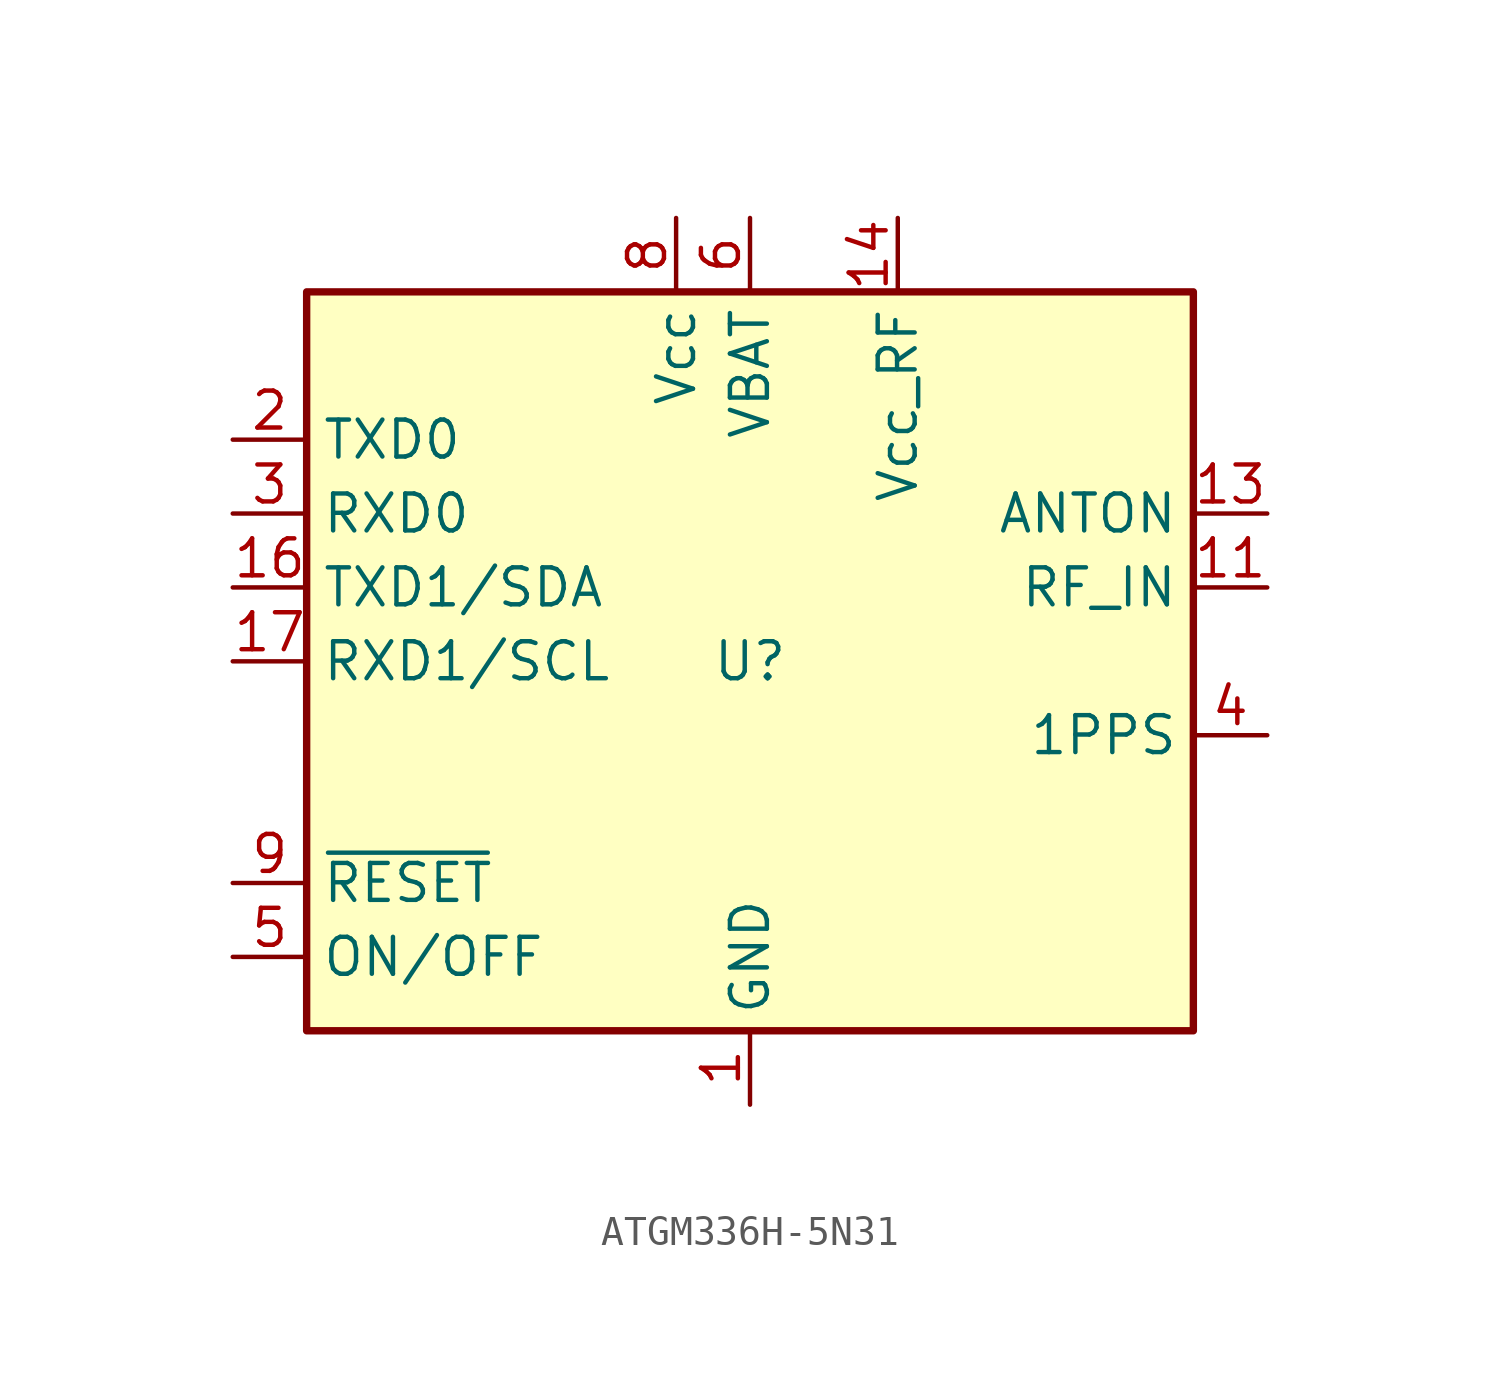
<source format=kicad_sym>
(kicad_symbol_lib
  (version 20220914)
  (generator kicad_symbol_editor)
  (symbol "ATGM336H-5N31"
    (property "Reference" "U"
      (at 0 0 0)
      (effects (font (size 1.27 1.27))))
    (property "Value" ""
      (at 0 0 0)
      (effects (font (size 1.27 1.27))))
    (symbol "ATGM336H-5N31_0_1"
      (rectangle (start -15.24 12.7) (end 15.24 -12.7) (stroke (width 0.254) (type default)) (fill (type background))))
    (symbol "ATGM336H-5N31_1_1"
      (pin power_in line (at 0 -15.24 90) (length 2.54) (name "GND" (effects (font (size 1.27 1.27)))) (number "1" (effects (font (size 1.27 1.27)))))
      (pin passive line (at 0 -15.24 90) (length 2.54) hide (name "GND" (effects (font (size 1.27 1.27)))) (number "10" (effects (font (size 1.27 1.27)))))
      (pin input line (at 17.78 2.54 180) (length 2.54) (name "RF_IN" (effects (font (size 1.27 1.27)))) (number "11" (effects (font (size 1.27 1.27)))))
      (pin passive line (at 0 -15.24 90) (length 2.54) hide (name "GND" (effects (font (size 1.27 1.27)))) (number "12" (effects (font (size 1.27 1.27)))))
      (pin power_out line (at 17.78 5.08 180) (length 2.54) (name "ANTON" (effects (font (size 1.27 1.27)))) (number "13" (effects (font (size 1.27 1.27)))))
      (pin power_out line (at 5.08 15.24 270) (length 2.54) (name "Vcc_RF" (effects (font (size 1.27 1.27)))) (number "14" (effects (font (size 1.27 1.27)))))
      (pin no_connect line (at 15.24 -7.62 180) (length 2.54) hide (name "NC" (effects (font (size 1.27 1.27)))) (number "15" (effects (font (size 1.27 1.27)))))
      (pin bidirectional line (at -17.78 2.54 0) (length 2.54) (name "TXD1/SDA" (effects (font (size 1.27 1.27)))) (number "16" (effects (font (size 1.27 1.27)))))
      (pin input line (at -17.78 0 0) (length 2.54) (name "RXD1/SCL" (effects (font (size 1.27 1.27)))) (number "17" (effects (font (size 1.27 1.27)))))
      (pin no_connect line (at 15.24 -10.16 180) (length 2.54) hide (name "NC" (effects (font (size 1.27 1.27)))) (number "18" (effects (font (size 1.27 1.27)))))
      (pin output line (at -17.78 7.62 0) (length 2.54) (name "TXD0" (effects (font (size 1.27 1.27)))) (number "2" (effects (font (size 1.27 1.27)))))
      (pin input line (at -17.78 5.08 0) (length 2.54) (name "RXD0" (effects (font (size 1.27 1.27)))) (number "3" (effects (font (size 1.27 1.27)))))
      (pin output line (at 17.78 -2.54 180) (length 2.54) (name "1PPS" (effects (font (size 1.27 1.27)))) (number "4" (effects (font (size 1.27 1.27)))))
      (pin input line (at -17.78 -10.16 0) (length 2.54) (name "ON/OFF" (effects (font (size 1.27 1.27)))) (number "5" (effects (font (size 1.27 1.27)))))
      (pin power_in line (at 0 15.24 270) (length 2.54) (name "VBAT" (effects (font (size 1.27 1.27)))) (number "6" (effects (font (size 1.27 1.27)))))
      (pin no_connect line (at 15.24 -5.08 180) (length 2.54) hide (name "NC" (effects (font (size 1.27 1.27)))) (number "7" (effects (font (size 1.27 1.27)))))
      (pin power_in line (at -2.54 15.24 270) (length 2.54) (name "Vcc" (effects (font (size 1.27 1.27)))) (number "8" (effects (font (size 1.27 1.27)))))
      (pin input line (at -17.78 -7.62 0) (length 2.54) (name "~{RESET}" (effects (font (size 1.27 1.27)))) (number "9" (effects (font (size 1.27 1.27))))))))
</source>
